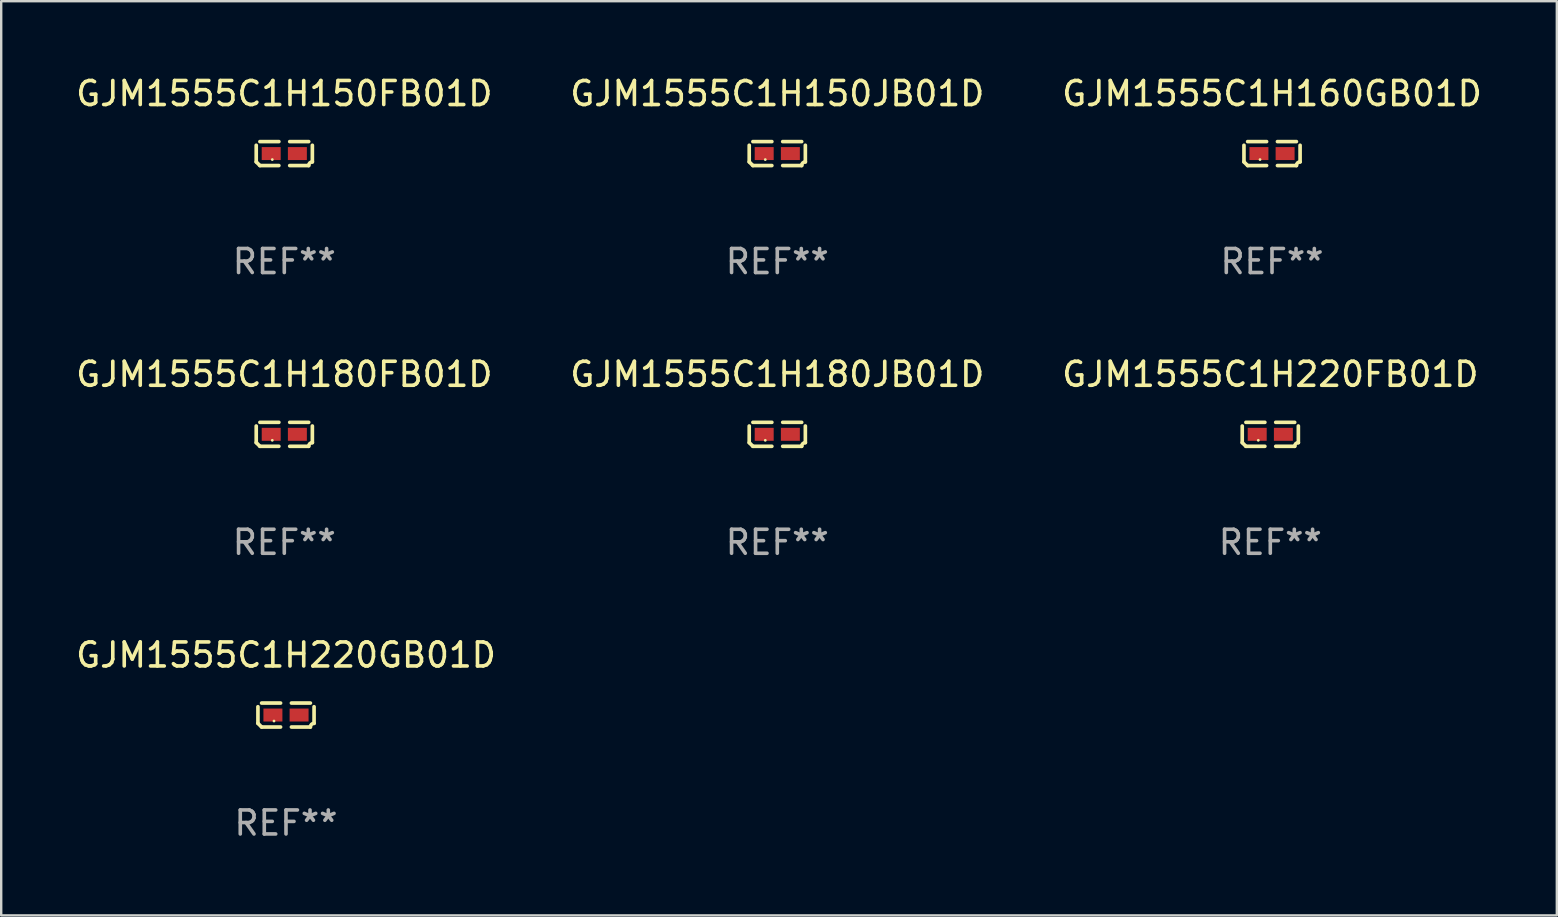
<source format=kicad_pcb>
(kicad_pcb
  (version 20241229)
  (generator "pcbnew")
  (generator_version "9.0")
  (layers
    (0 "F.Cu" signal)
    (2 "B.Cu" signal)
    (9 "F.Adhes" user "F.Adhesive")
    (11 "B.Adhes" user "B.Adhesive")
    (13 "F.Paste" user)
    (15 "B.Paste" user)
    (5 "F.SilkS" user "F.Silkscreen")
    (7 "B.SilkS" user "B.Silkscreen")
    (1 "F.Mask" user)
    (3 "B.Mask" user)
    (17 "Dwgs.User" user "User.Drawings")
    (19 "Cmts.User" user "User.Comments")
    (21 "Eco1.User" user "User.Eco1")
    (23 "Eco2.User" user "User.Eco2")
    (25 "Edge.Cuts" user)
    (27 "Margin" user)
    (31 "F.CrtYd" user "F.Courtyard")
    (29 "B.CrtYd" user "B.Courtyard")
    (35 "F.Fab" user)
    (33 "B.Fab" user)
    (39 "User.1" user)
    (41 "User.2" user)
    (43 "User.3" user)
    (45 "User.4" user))
  (footprint "GJM1555C1H150FB01D"
    (layer "F.Cu")
    (at 8.792 3.347)
    (property "Reference" "GJM1555C1H150FB01D" (at 0 -2.499 0) (layer "F.SilkS") (effects (font (size 1 1) (thickness 0.15))))
    (attr through_hole)
    (fp_line (start -1.169 0.346) (end -1.169 -0.346) (stroke (width 0.152) (type solid)) (layer "F.SilkS"))
    (fp_line (start -1.016 -0.499) (end -0.226 -0.499) (stroke (width 0.152) (type solid)) (layer "F.SilkS"))
    (fp_line (start -0.226 0.499) (end -1.016 0.499) (stroke (width 0.152) (type solid)) (layer "F.SilkS"))
    (fp_line (start 0.226 0.499) (end 1.016 0.499) (stroke (width 0.152) (type solid)) (layer "F.SilkS"))
    (fp_line (start 1.016 -0.499) (end 0.226 -0.499) (stroke (width 0.152) (type solid)) (layer "F.SilkS"))
    (fp_line (start 1.169 0.346) (end 1.169 -0.346) (stroke (width 0.152) (type solid)) (layer "F.SilkS"))
    (fp_arc (start -1.016307 0.498603) (mid -1.092512 0.422405) (end -1.16871 0.3462) (stroke (width 0.1524) (type solid)) (layer "F.SilkS"))
    (fp_arc (start 1.016307 0.498603) (mid 1.060899 0.390758) (end 1.168707 0.346076) (stroke (width 0.1524) (type solid)) (layer "F.SilkS"))
    (fp_circle (center -0.5 0.25) (end -0.47 0.25) (stroke (width 0.06) (type solid)) (fill no) (layer "F.SilkS"))
    (fp_text user "REF**" (at 0 4.499 0) (layer "F.Fab") (effects (font (size 1 1) (thickness 0.15))))
    (pad "1" smd rect (at -0.545 0) (size 0.79 0.54) (layers "F.Cu" "F.Mask" "F.Paste"))
    (pad "2" smd rect (at 0.545 0) (size 0.79 0.54) (layers "F.Cu" "F.Mask" "F.Paste")))
  (footprint "GJM1555C1H180FB01D"
    (layer "F.Cu")
    (at 8.792 15.041)
    (property "Reference" "GJM1555C1H180FB01D" (at 0 -2.499 0) (layer "F.SilkS") (effects (font (size 1 1) (thickness 0.15))))
    (attr through_hole)
    (fp_line (start -1.169 0.346) (end -1.169 -0.346) (stroke (width 0.152) (type solid)) (layer "F.SilkS"))
    (fp_line (start -1.016 -0.499) (end -0.226 -0.499) (stroke (width 0.152) (type solid)) (layer "F.SilkS"))
    (fp_line (start -0.226 0.499) (end -1.016 0.499) (stroke (width 0.152) (type solid)) (layer "F.SilkS"))
    (fp_line (start 0.226 0.499) (end 1.016 0.499) (stroke (width 0.152) (type solid)) (layer "F.SilkS"))
    (fp_line (start 1.016 -0.499) (end 0.226 -0.499) (stroke (width 0.152) (type solid)) (layer "F.SilkS"))
    (fp_line (start 1.169 0.346) (end 1.169 -0.346) (stroke (width 0.152) (type solid)) (layer "F.SilkS"))
    (fp_arc (start -1.016307 0.498603) (mid -1.092512 0.422405) (end -1.16871 0.3462) (stroke (width 0.1524) (type solid)) (layer "F.SilkS"))
    (fp_arc (start 1.016307 0.498603) (mid 1.060899 0.390758) (end 1.168707 0.346076) (stroke (width 0.1524) (type solid)) (layer "F.SilkS"))
    (fp_circle (center -0.5 0.25) (end -0.47 0.25) (stroke (width 0.06) (type solid)) (fill no) (layer "F.SilkS"))
    (fp_text user "REF**" (at 0 4.499 0) (layer "F.Fab") (effects (font (size 1 1) (thickness 0.15))))
    (pad "1" smd rect (at -0.545 0) (size 0.79 0.54) (layers "F.Cu" "F.Mask" "F.Paste"))
    (pad "2" smd rect (at 0.545 0) (size 0.79 0.54) (layers "F.Cu" "F.Mask" "F.Paste")))
  (footprint "GJM1555C1H220FB01D"
    (layer "F.Cu")
    (at 49.863 15.041)
    (property "Reference" "GJM1555C1H220FB01D" (at 0 -2.499 0) (layer "F.SilkS") (effects (font (size 1 1) (thickness 0.15))))
    (attr through_hole)
    (fp_line (start -1.169 0.346) (end -1.169 -0.346) (stroke (width 0.152) (type solid)) (layer "F.SilkS"))
    (fp_line (start -1.016 -0.499) (end -0.226 -0.499) (stroke (width 0.152) (type solid)) (layer "F.SilkS"))
    (fp_line (start -0.226 0.499) (end -1.016 0.499) (stroke (width 0.152) (type solid)) (layer "F.SilkS"))
    (fp_line (start 0.226 0.499) (end 1.016 0.499) (stroke (width 0.152) (type solid)) (layer "F.SilkS"))
    (fp_line (start 1.016 -0.499) (end 0.226 -0.499) (stroke (width 0.152) (type solid)) (layer "F.SilkS"))
    (fp_line (start 1.169 0.346) (end 1.169 -0.346) (stroke (width 0.152) (type solid)) (layer "F.SilkS"))
    (fp_arc (start -1.016307 0.498603) (mid -1.092512 0.422405) (end -1.16871 0.3462) (stroke (width 0.1524) (type solid)) (layer "F.SilkS"))
    (fp_arc (start 1.016307 0.498603) (mid 1.060899 0.390758) (end 1.168707 0.346076) (stroke (width 0.1524) (type solid)) (layer "F.SilkS"))
    (fp_circle (center -0.5 0.25) (end -0.47 0.25) (stroke (width 0.06) (type solid)) (fill no) (layer "F.SilkS"))
    (fp_text user "REF**" (at 0 4.499 0) (layer "F.Fab") (effects (font (size 1 1) (thickness 0.15))))
    (pad "1" smd rect (at -0.545 0) (size 0.79 0.54) (layers "F.Cu" "F.Mask" "F.Paste"))
    (pad "2" smd rect (at 0.545 0) (size 0.79 0.54) (layers "F.Cu" "F.Mask" "F.Paste")))
  (footprint "GJM1555C1H160GB01D"
    (layer "F.Cu")
    (at 49.935 3.347)
    (property "Reference" "GJM1555C1H160GB01D" (at 0 -2.499 0) (layer "F.SilkS") (effects (font (size 1 1) (thickness 0.15))))
    (attr through_hole)
    (fp_line (start -1.169 0.346) (end -1.169 -0.346) (stroke (width 0.152) (type solid)) (layer "F.SilkS"))
    (fp_line (start -1.016 -0.499) (end -0.226 -0.499) (stroke (width 0.152) (type solid)) (layer "F.SilkS"))
    (fp_line (start -0.226 0.499) (end -1.016 0.499) (stroke (width 0.152) (type solid)) (layer "F.SilkS"))
    (fp_line (start 0.226 0.499) (end 1.016 0.499) (stroke (width 0.152) (type solid)) (layer "F.SilkS"))
    (fp_line (start 1.016 -0.499) (end 0.226 -0.499) (stroke (width 0.152) (type solid)) (layer "F.SilkS"))
    (fp_line (start 1.169 0.346) (end 1.169 -0.346) (stroke (width 0.152) (type solid)) (layer "F.SilkS"))
    (fp_arc (start -1.016307 0.498603) (mid -1.092512 0.422405) (end -1.16871 0.3462) (stroke (width 0.1524) (type solid)) (layer "F.SilkS"))
    (fp_arc (start 1.016307 0.498603) (mid 1.060899 0.390758) (end 1.168707 0.346076) (stroke (width 0.1524) (type solid)) (layer "F.SilkS"))
    (fp_circle (center -0.5 0.25) (end -0.47 0.25) (stroke (width 0.06) (type solid)) (fill no) (layer "F.SilkS"))
    (fp_text user "REF**" (at 0 4.499 0) (layer "F.Fab") (effects (font (size 1 1) (thickness 0.15))))
    (pad "1" smd rect (at -0.545 0) (size 0.79 0.54) (layers "F.Cu" "F.Mask" "F.Paste"))
    (pad "2" smd rect (at 0.545 0) (size 0.79 0.54) (layers "F.Cu" "F.Mask" "F.Paste")))
  (footprint "GJM1555C1H180JB01D"
    (layer "F.Cu")
    (at 29.327 15.041)
    (property "Reference" "GJM1555C1H180JB01D" (at 0 -2.499 0) (layer "F.SilkS") (effects (font (size 1 1) (thickness 0.15))))
    (attr through_hole)
    (fp_line (start -1.169 0.346) (end -1.169 -0.346) (stroke (width 0.152) (type solid)) (layer "F.SilkS"))
    (fp_line (start -1.016 -0.499) (end -0.226 -0.499) (stroke (width 0.152) (type solid)) (layer "F.SilkS"))
    (fp_line (start -0.226 0.499) (end -1.016 0.499) (stroke (width 0.152) (type solid)) (layer "F.SilkS"))
    (fp_line (start 0.226 0.499) (end 1.016 0.499) (stroke (width 0.152) (type solid)) (layer "F.SilkS"))
    (fp_line (start 1.016 -0.499) (end 0.226 -0.499) (stroke (width 0.152) (type solid)) (layer "F.SilkS"))
    (fp_line (start 1.169 0.346) (end 1.169 -0.346) (stroke (width 0.152) (type solid)) (layer "F.SilkS"))
    (fp_arc (start -1.016307 0.498603) (mid -1.092512 0.422405) (end -1.16871 0.3462) (stroke (width 0.1524) (type solid)) (layer "F.SilkS"))
    (fp_arc (start 1.016307 0.498603) (mid 1.060899 0.390758) (end 1.168707 0.346076) (stroke (width 0.1524) (type solid)) (layer "F.SilkS"))
    (fp_circle (center -0.5 0.25) (end -0.47 0.25) (stroke (width 0.06) (type solid)) (fill no) (layer "F.SilkS"))
    (fp_text user "REF**" (at 0 4.499 0) (layer "F.Fab") (effects (font (size 1 1) (thickness 0.15))))
    (pad "1" smd rect (at -0.545 0) (size 0.79 0.54) (layers "F.Cu" "F.Mask" "F.Paste"))
    (pad "2" smd rect (at 0.545 0) (size 0.79 0.54) (layers "F.Cu" "F.Mask" "F.Paste")))
  (footprint "GJM1555C1H150JB01D"
    (layer "F.Cu")
    (at 29.327 3.347)
    (property "Reference" "GJM1555C1H150JB01D" (at 0 -2.499 0) (layer "F.SilkS") (effects (font (size 1 1) (thickness 0.15))))
    (attr through_hole)
    (fp_line (start -1.169 0.346) (end -1.169 -0.346) (stroke (width 0.152) (type solid)) (layer "F.SilkS"))
    (fp_line (start -1.016 -0.499) (end -0.226 -0.499) (stroke (width 0.152) (type solid)) (layer "F.SilkS"))
    (fp_line (start -0.226 0.499) (end -1.016 0.499) (stroke (width 0.152) (type solid)) (layer "F.SilkS"))
    (fp_line (start 0.226 0.499) (end 1.016 0.499) (stroke (width 0.152) (type solid)) (layer "F.SilkS"))
    (fp_line (start 1.016 -0.499) (end 0.226 -0.499) (stroke (width 0.152) (type solid)) (layer "F.SilkS"))
    (fp_line (start 1.169 0.346) (end 1.169 -0.346) (stroke (width 0.152) (type solid)) (layer "F.SilkS"))
    (fp_arc (start -1.016307 0.498603) (mid -1.092512 0.422405) (end -1.16871 0.3462) (stroke (width 0.1524) (type solid)) (layer "F.SilkS"))
    (fp_arc (start 1.016307 0.498603) (mid 1.060899 0.390758) (end 1.168707 0.346076) (stroke (width 0.1524) (type solid)) (layer "F.SilkS"))
    (fp_circle (center -0.5 0.25) (end -0.47 0.25) (stroke (width 0.06) (type solid)) (fill no) (layer "F.SilkS"))
    (fp_text user "REF**" (at 0 4.499 0) (layer "F.Fab") (effects (font (size 1 1) (thickness 0.15))))
    (pad "1" smd rect (at -0.545 0) (size 0.79 0.54) (layers "F.Cu" "F.Mask" "F.Paste"))
    (pad "2" smd rect (at 0.545 0) (size 0.79 0.54) (layers "F.Cu" "F.Mask" "F.Paste")))
  (footprint "GJM1555C1H220GB01D"
    (layer "F.Cu")
    (at 8.863 26.734)
    (property "Reference" "GJM1555C1H220GB01D" (at 0 -2.499 0) (layer "F.SilkS") (effects (font (size 1 1) (thickness 0.15))))
    (attr through_hole)
    (fp_line (start -1.169 0.346) (end -1.169 -0.346) (stroke (width 0.152) (type solid)) (layer "F.SilkS"))
    (fp_line (start -1.016 -0.499) (end -0.226 -0.499) (stroke (width 0.152) (type solid)) (layer "F.SilkS"))
    (fp_line (start -0.226 0.499) (end -1.016 0.499) (stroke (width 0.152) (type solid)) (layer "F.SilkS"))
    (fp_line (start 0.226 0.499) (end 1.016 0.499) (stroke (width 0.152) (type solid)) (layer "F.SilkS"))
    (fp_line (start 1.016 -0.499) (end 0.226 -0.499) (stroke (width 0.152) (type solid)) (layer "F.SilkS"))
    (fp_line (start 1.169 0.346) (end 1.169 -0.346) (stroke (width 0.152) (type solid)) (layer "F.SilkS"))
    (fp_arc (start -1.016307 0.498603) (mid -1.092512 0.422405) (end -1.16871 0.3462) (stroke (width 0.1524) (type solid)) (layer "F.SilkS"))
    (fp_arc (start 1.016307 0.498603) (mid 1.060899 0.390758) (end 1.168707 0.346076) (stroke (width 0.1524) (type solid)) (layer "F.SilkS"))
    (fp_circle (center -0.5 0.25) (end -0.47 0.25) (stroke (width 0.06) (type solid)) (fill no) (layer "F.SilkS"))
    (fp_text user "REF**" (at 0 4.499 0) (layer "F.Fab") (effects (font (size 1 1) (thickness 0.15))))
    (pad "1" smd rect (at -0.545 0) (size 0.79 0.54) (layers "F.Cu" "F.Mask" "F.Paste"))
    (pad "2" smd rect (at 0.545 0) (size 0.79 0.54) (layers "F.Cu" "F.Mask" "F.Paste")))
  (gr_rect
    (start -3 -3)
    (end 61.798 35.081)
    (stroke (width 0.1) (type default))
    (fill no)
    (layer "Edge.Cuts")))
</source>
